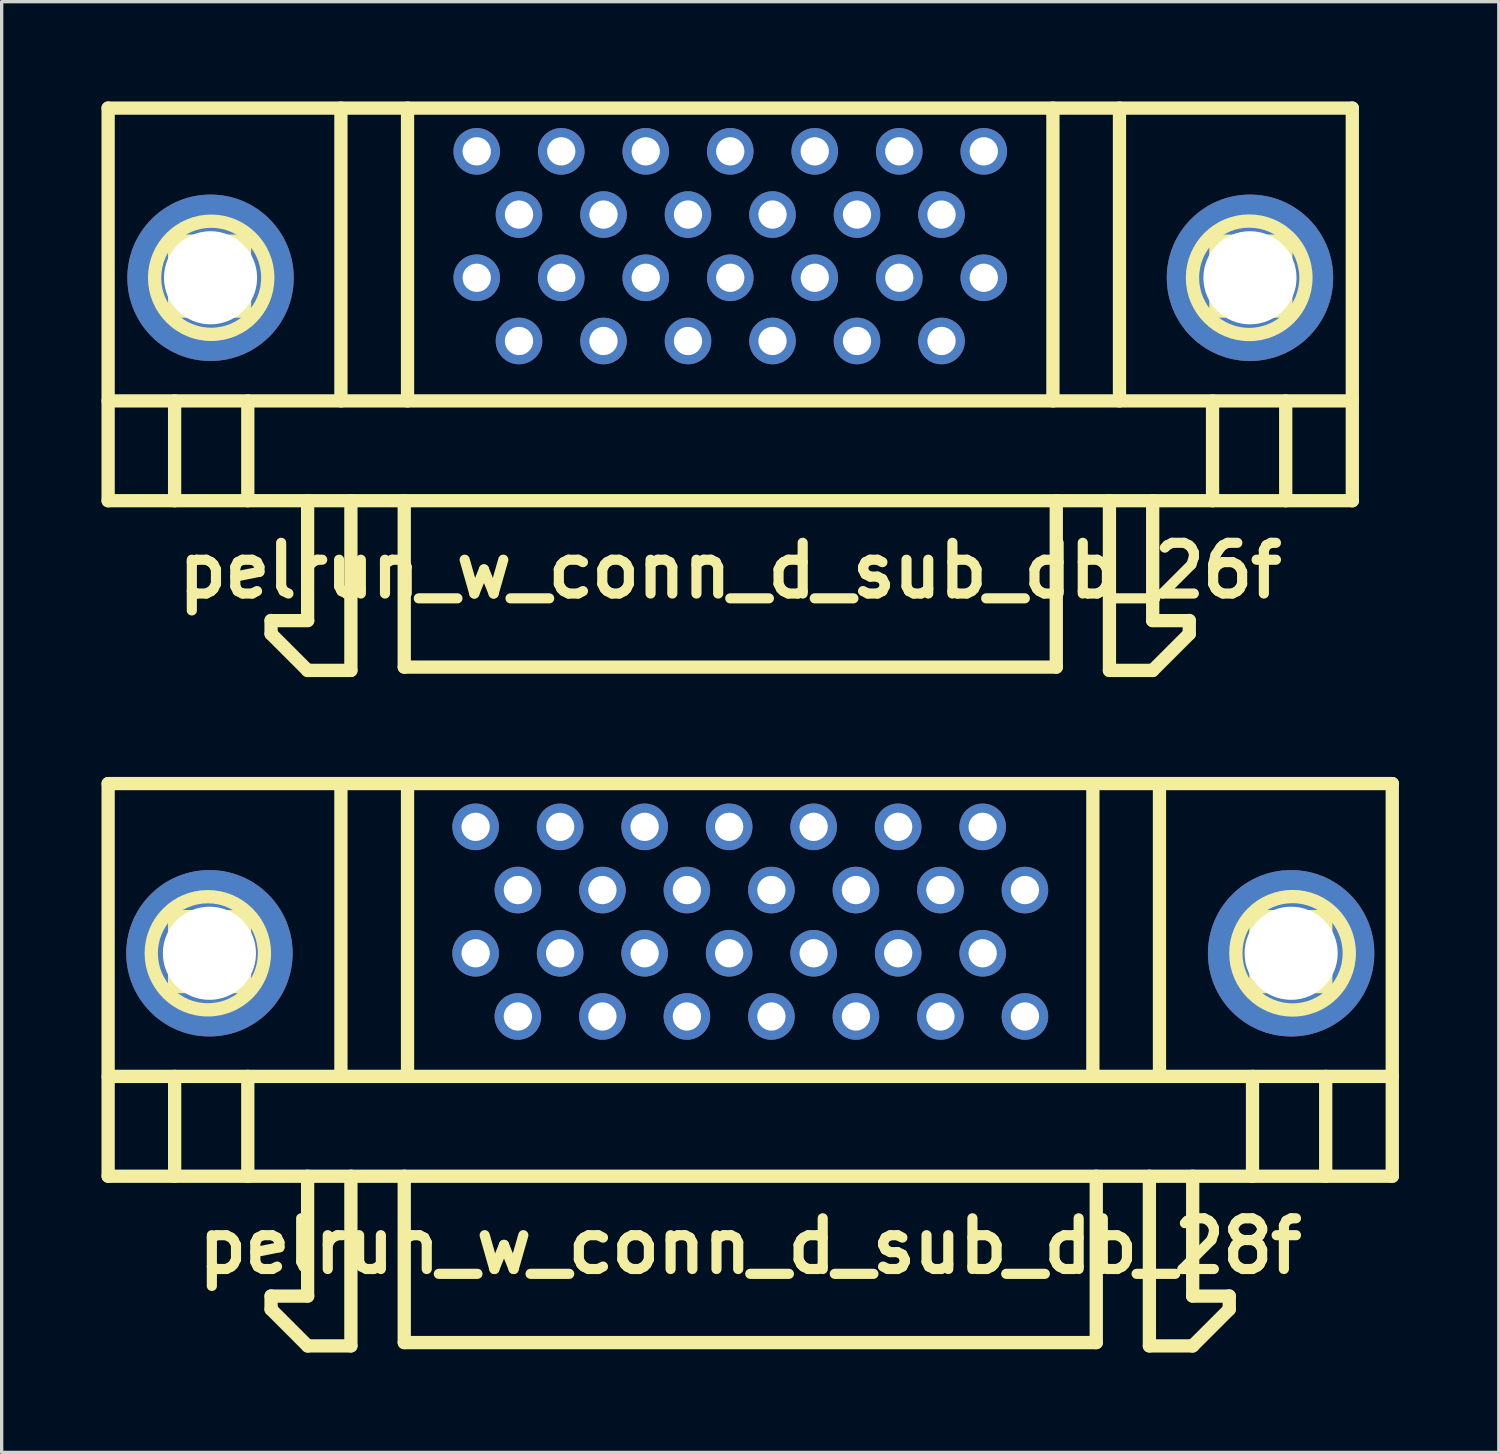
<source format=kicad_pcb>
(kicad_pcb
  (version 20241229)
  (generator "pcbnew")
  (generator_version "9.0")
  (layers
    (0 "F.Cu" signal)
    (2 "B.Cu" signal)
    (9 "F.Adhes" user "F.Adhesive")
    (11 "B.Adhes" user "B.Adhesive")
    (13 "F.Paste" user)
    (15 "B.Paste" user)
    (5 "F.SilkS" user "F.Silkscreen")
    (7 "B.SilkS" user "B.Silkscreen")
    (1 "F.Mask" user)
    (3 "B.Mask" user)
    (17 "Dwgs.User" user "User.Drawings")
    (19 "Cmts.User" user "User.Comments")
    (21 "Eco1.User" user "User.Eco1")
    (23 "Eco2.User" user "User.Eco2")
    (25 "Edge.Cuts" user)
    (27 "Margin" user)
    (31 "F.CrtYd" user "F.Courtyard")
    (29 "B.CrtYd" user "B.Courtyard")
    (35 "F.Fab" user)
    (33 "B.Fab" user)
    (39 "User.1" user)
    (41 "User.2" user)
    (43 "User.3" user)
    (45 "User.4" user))
  (footprint "pelrun_w_conn_d_sub_db_26f"
    (layer "F.Cu")
    (at 18.899 10.9)
    (property "Reference" "pelrun_w_conn_d_sub_db_26f" (at 0 3.2 0) (layer "F.SilkS") (effects (font (size 1.524 1.524) (thickness 0.305))))
    (attr through_hole)
    (fp_line (start -18.699 -10.701) (end -18.699 1.1) (stroke (width 0.399) (type solid)) (layer "F.SilkS"))
    (fp_line (start -18.699 -10.701) (end 18.699 -10.701) (stroke (width 0.399) (type solid)) (layer "F.SilkS"))
    (fp_line (start -18.699 1.1) (end 18.699 1.1) (stroke (width 0.399) (type solid)) (layer "F.SilkS"))
    (fp_line (start -16.701 -6.701) (end -14.6 -6.701) (stroke (width 0.399) (type solid)) (layer "F.SilkS"))
    (fp_line (start -16.701 -4.6) (end -16.701 -6.701) (stroke (width 0.399) (type solid)) (layer "F.SilkS"))
    (fp_line (start -16.701 -1.9) (end -16.701 1.1) (stroke (width 0.399) (type solid)) (layer "F.SilkS"))
    (fp_line (start -14.6 -6.701) (end -14.6 -4.6) (stroke (width 0.399) (type solid)) (layer "F.SilkS"))
    (fp_line (start -14.6 -4.6) (end -16.701 -4.6) (stroke (width 0.399) (type solid)) (layer "F.SilkS"))
    (fp_line (start -14.501 1.1) (end -14.501 -1.9) (stroke (width 0.399) (type solid)) (layer "F.SilkS"))
    (fp_line (start -13.802 4.699) (end -13.802 5.1) (stroke (width 0.399) (type solid)) (layer "F.SilkS"))
    (fp_line (start -13.8 4.704) (end -12.7 4.704) (stroke (width 0.399) (type solid)) (layer "F.SilkS"))
    (fp_line (start -12.703 4.699) (end -12.703 1.1) (stroke (width 0.399) (type solid)) (layer "F.SilkS"))
    (fp_line (start -12.703 6.2) (end -11.402 6.2) (stroke (width 0.399) (type solid)) (layer "F.SilkS"))
    (fp_line (start -12.7 6.203) (end -13.8 5.103) (stroke (width 0.399) (type solid)) (layer "F.SilkS"))
    (fp_line (start -11.702 -1.9) (end -11.702 -10.701) (stroke (width 0.399) (type solid)) (layer "F.SilkS"))
    (fp_line (start -11.402 6.2) (end -11.402 1.1) (stroke (width 0.399) (type solid)) (layer "F.SilkS"))
    (fp_line (start -9.799 6.101) (end -9.799 1.1) (stroke (width 0.399) (type solid)) (layer "F.SilkS"))
    (fp_line (start -9.799 6.101) (end 9.799 6.101) (stroke (width 0.399) (type solid)) (layer "F.SilkS"))
    (fp_line (start -9.7 -10.701) (end -9.7 -1.9) (stroke (width 0.399) (type solid)) (layer "F.SilkS"))
    (fp_line (start 9.698 -10.701) (end 9.698 -1.9) (stroke (width 0.399) (type solid)) (layer "F.SilkS"))
    (fp_line (start 9.799 6.101) (end 9.799 1.1) (stroke (width 0.399) (type solid)) (layer "F.SilkS"))
    (fp_line (start 11.397 6.2) (end 11.397 1.1) (stroke (width 0.399) (type solid)) (layer "F.SilkS"))
    (fp_line (start 11.699 -1.9) (end 11.699 -10.701) (stroke (width 0.399) (type solid)) (layer "F.SilkS"))
    (fp_line (start 12.695 6.203) (end 13.795 5.103) (stroke (width 0.399) (type solid)) (layer "F.SilkS"))
    (fp_line (start 12.697 4.699) (end 12.697 1.1) (stroke (width 0.399) (type solid)) (layer "F.SilkS"))
    (fp_line (start 12.697 6.2) (end 11.397 6.2) (stroke (width 0.399) (type solid)) (layer "F.SilkS"))
    (fp_line (start 13.795 4.704) (end 12.695 4.704) (stroke (width 0.399) (type solid)) (layer "F.SilkS"))
    (fp_line (start 13.797 4.699) (end 13.797 5.1) (stroke (width 0.399) (type solid)) (layer "F.SilkS"))
    (fp_line (start 14.496 -1.9) (end 14.496 1.1) (stroke (width 0.399) (type solid)) (layer "F.SilkS"))
    (fp_line (start 14.597 -6.701) (end 14.597 -4.6) (stroke (width 0.399) (type solid)) (layer "F.SilkS"))
    (fp_line (start 14.597 -4.6) (end 16.698 -4.6) (stroke (width 0.399) (type solid)) (layer "F.SilkS"))
    (fp_line (start 16.695 -1.9) (end 16.695 1.1) (stroke (width 0.399) (type solid)) (layer "F.SilkS"))
    (fp_line (start 16.698 -6.701) (end 14.597 -6.701) (stroke (width 0.399) (type solid)) (layer "F.SilkS"))
    (fp_line (start 16.698 -4.6) (end 16.698 -6.701) (stroke (width 0.399) (type solid)) (layer "F.SilkS"))
    (fp_line (start 18.697 1.1) (end 18.697 -10.701) (stroke (width 0.399) (type solid)) (layer "F.SilkS"))
    (fp_line (start 18.699 -1.9) (end -18.699 -1.9) (stroke (width 0.399) (type solid)) (layer "F.SilkS"))
    (fp_circle (center -15.601 -5.601) (end -17.102 -6.401) (stroke (width 0.399) (type solid)) (fill no) (layer "F.SilkS"))
    (fp_circle (center 15.598 -5.601) (end 17.3 -5.499) (stroke (width 0.399) (type solid)) (fill no) (layer "F.SilkS"))
    (pad "" thru_hole circle (at -15.621 -5.601) (size 5.001 5.001) (drill 2.799) (layers "*.Cu" "*.Mask"))
    (pad "" thru_hole circle (at 15.621 -5.601) (size 5.001 5.001) (drill 2.799) (layers "*.Cu" "*.Mask"))
    (pad "1" thru_hole circle (at 7.62 -9.401) (size 1.4 1.4) (drill 0.851) (layers "*.Cu" "*.Mask"))
    (pad "2" thru_hole circle (at 6.35 -7.501) (size 1.4 1.4) (drill 0.851) (layers "*.Cu" "*.Mask"))
    (pad "3" thru_hole circle (at 5.08 -9.401) (size 1.4 1.4) (drill 0.851) (layers "*.Cu" "*.Mask"))
    (pad "4" thru_hole circle (at 3.81 -7.501) (size 1.4 1.4) (drill 0.851) (layers "*.Cu" "*.Mask"))
    (pad "5" thru_hole circle (at 2.54 -9.401) (size 1.4 1.4) (drill 0.851) (layers "*.Cu" "*.Mask"))
    (pad "6" thru_hole circle (at 1.27 -7.501) (size 1.4 1.4) (drill 0.851) (layers "*.Cu" "*.Mask"))
    (pad "7" thru_hole circle (at 0 -9.401) (size 1.4 1.4) (drill 0.851) (layers "*.Cu" "*.Mask"))
    (pad "8" thru_hole circle (at -1.27 -7.501) (size 1.4 1.4) (drill 0.851) (layers "*.Cu" "*.Mask"))
    (pad "9" thru_hole circle (at -2.54 -9.401) (size 1.4 1.4) (drill 0.851) (layers "*.Cu" "*.Mask"))
    (pad "10" thru_hole circle (at -3.81 -7.501) (size 1.4 1.4) (drill 0.851) (layers "*.Cu" "*.Mask"))
    (pad "11" thru_hole circle (at -5.08 -9.401) (size 1.4 1.4) (drill 0.851) (layers "*.Cu" "*.Mask"))
    (pad "12" thru_hole circle (at -6.35 -7.501) (size 1.4 1.4) (drill 0.851) (layers "*.Cu" "*.Mask"))
    (pad "13" thru_hole circle (at -7.62 -9.401) (size 1.4 1.4) (drill 0.851) (layers "*.Cu" "*.Mask"))
    (pad "14" thru_hole circle (at 7.62 -5.601) (size 1.4 1.4) (drill 0.851) (layers "*.Cu" "*.Mask"))
    (pad "15" thru_hole circle (at 6.35 -3.701) (size 1.4 1.4) (drill 0.851) (layers "*.Cu" "*.Mask"))
    (pad "16" thru_hole circle (at 5.08 -5.601) (size 1.4 1.4) (drill 0.851) (layers "*.Cu" "*.Mask"))
    (pad "17" thru_hole circle (at 3.81 -3.701) (size 1.4 1.4) (drill 0.851) (layers "*.Cu" "*.Mask"))
    (pad "18" thru_hole circle (at 2.54 -5.601) (size 1.4 1.4) (drill 0.851) (layers "*.Cu" "*.Mask"))
    (pad "19" thru_hole circle (at 1.27 -3.701) (size 1.4 1.4) (drill 0.851) (layers "*.Cu" "*.Mask"))
    (pad "20" thru_hole circle (at 0 -5.601) (size 1.4 1.4) (drill 0.851) (layers "*.Cu" "*.Mask"))
    (pad "21" thru_hole circle (at -1.27 -3.701) (size 1.4 1.4) (drill 0.851) (layers "*.Cu" "*.Mask"))
    (pad "22" thru_hole circle (at -2.54 -5.601) (size 1.4 1.4) (drill 0.851) (layers "*.Cu" "*.Mask"))
    (pad "23" thru_hole circle (at -3.81 -3.701) (size 1.4 1.4) (drill 0.851) (layers "*.Cu" "*.Mask"))
    (pad "24" thru_hole circle (at -5.08 -5.601) (size 1.4 1.4) (drill 0.851) (layers "*.Cu" "*.Mask"))
    (pad "25" thru_hole circle (at -6.35 -3.701) (size 1.4 1.4) (drill 0.851) (layers "*.Cu" "*.Mask"))
    (pad "26" thru_hole circle (at -7.62 -5.601) (size 1.4 1.4) (drill 0.851) (layers "*.Cu" "*.Mask")))
  (footprint "pelrun_w_conn_d_sub_db_28f"
    (layer "F.Cu")
    (at 19.501 31.203)
    (property "Reference" "pelrun_w_conn_d_sub_db_28f" (at 0 3.2 0) (layer "F.SilkS") (effects (font (size 1.524 1.524) (thickness 0.305))))
    (attr through_hole)
    (fp_line (start -19.301 -10.701) (end -19.301 1.1) (stroke (width 0.399) (type solid)) (layer "F.SilkS"))
    (fp_line (start -19.299 -1.9) (end 19.299 -1.9) (stroke (width 0.399) (type solid)) (layer "F.SilkS"))
    (fp_line (start -19.299 1.1) (end 19.299 1.1) (stroke (width 0.399) (type solid)) (layer "F.SilkS"))
    (fp_line (start -17.302 -6.701) (end -15.202 -6.701) (stroke (width 0.399) (type solid)) (layer "F.SilkS"))
    (fp_line (start -17.302 -4.6) (end -17.302 -6.701) (stroke (width 0.399) (type solid)) (layer "F.SilkS"))
    (fp_line (start -17.302 -1.9) (end -17.302 1.1) (stroke (width 0.399) (type solid)) (layer "F.SilkS"))
    (fp_line (start -15.202 -6.701) (end -15.202 -4.6) (stroke (width 0.399) (type solid)) (layer "F.SilkS"))
    (fp_line (start -15.202 -4.6) (end -17.302 -4.6) (stroke (width 0.399) (type solid)) (layer "F.SilkS"))
    (fp_line (start -15.103 1.1) (end -15.103 -1.9) (stroke (width 0.399) (type solid)) (layer "F.SilkS"))
    (fp_line (start -14.404 4.699) (end -14.404 5.1) (stroke (width 0.399) (type solid)) (layer "F.SilkS"))
    (fp_line (start -14.402 4.704) (end -13.302 4.704) (stroke (width 0.399) (type solid)) (layer "F.SilkS"))
    (fp_line (start -13.305 4.699) (end -13.305 1.1) (stroke (width 0.399) (type solid)) (layer "F.SilkS"))
    (fp_line (start -13.305 6.2) (end -12.004 6.2) (stroke (width 0.399) (type solid)) (layer "F.SilkS"))
    (fp_line (start -13.302 6.203) (end -14.402 5.103) (stroke (width 0.399) (type solid)) (layer "F.SilkS"))
    (fp_line (start -12.304 -1.9) (end -12.304 -10.701) (stroke (width 0.399) (type solid)) (layer "F.SilkS"))
    (fp_line (start -12.004 6.2) (end -12.004 1.1) (stroke (width 0.399) (type solid)) (layer "F.SilkS"))
    (fp_line (start -10.401 6.101) (end -10.401 1.1) (stroke (width 0.399) (type solid)) (layer "F.SilkS"))
    (fp_line (start -10.302 -10.701) (end -10.302 -1.9) (stroke (width 0.399) (type solid)) (layer "F.SilkS"))
    (fp_line (start 10.297 -10.701) (end 10.297 -1.9) (stroke (width 0.399) (type solid)) (layer "F.SilkS"))
    (fp_line (start 10.399 6.101) (end -10.399 6.101) (stroke (width 0.399) (type solid)) (layer "F.SilkS"))
    (fp_line (start 10.399 6.101) (end 10.399 1.1) (stroke (width 0.399) (type solid)) (layer "F.SilkS"))
    (fp_line (start 11.996 6.2) (end 11.996 1.1) (stroke (width 0.399) (type solid)) (layer "F.SilkS"))
    (fp_line (start 12.299 -1.9) (end 12.299 -10.701) (stroke (width 0.399) (type solid)) (layer "F.SilkS"))
    (fp_line (start 13.294 6.203) (end 14.394 5.103) (stroke (width 0.399) (type solid)) (layer "F.SilkS"))
    (fp_line (start 13.297 4.699) (end 13.297 1.1) (stroke (width 0.399) (type solid)) (layer "F.SilkS"))
    (fp_line (start 13.297 6.2) (end 11.996 6.2) (stroke (width 0.399) (type solid)) (layer "F.SilkS"))
    (fp_line (start 14.394 4.704) (end 13.294 4.704) (stroke (width 0.399) (type solid)) (layer "F.SilkS"))
    (fp_line (start 14.397 4.699) (end 14.397 5.1) (stroke (width 0.399) (type solid)) (layer "F.SilkS"))
    (fp_line (start 15.095 -1.9) (end 15.095 1.1) (stroke (width 0.399) (type solid)) (layer "F.SilkS"))
    (fp_line (start 15.197 -6.701) (end 15.197 -4.6) (stroke (width 0.399) (type solid)) (layer "F.SilkS"))
    (fp_line (start 15.197 -4.6) (end 17.297 -4.6) (stroke (width 0.399) (type solid)) (layer "F.SilkS"))
    (fp_line (start 17.295 -1.9) (end 17.295 1.1) (stroke (width 0.399) (type solid)) (layer "F.SilkS"))
    (fp_line (start 17.297 -6.701) (end 15.197 -6.701) (stroke (width 0.399) (type solid)) (layer "F.SilkS"))
    (fp_line (start 17.297 -4.6) (end 17.297 -6.701) (stroke (width 0.399) (type solid)) (layer "F.SilkS"))
    (fp_line (start 19.296 1.1) (end 19.296 -10.701) (stroke (width 0.399) (type solid)) (layer "F.SilkS"))
    (fp_line (start 19.299 -10.701) (end -19.299 -10.701) (stroke (width 0.399) (type solid)) (layer "F.SilkS"))
    (fp_circle (center -16.304 -5.601) (end -17.805 -6.401) (stroke (width 0.399) (type solid)) (fill no) (layer "F.SilkS"))
    (fp_circle (center 16.299 -5.601) (end 18.001 -5.499) (stroke (width 0.399) (type solid)) (fill no) (layer "F.SilkS"))
    (pad "" thru_hole circle (at -16.256 -5.601) (size 5.001 5.001) (drill 2.799) (layers "*.Cu" "*.Mask"))
    (pad "" thru_hole circle (at 16.256 -5.601) (size 5.001 5.001) (drill 2.799) (layers "*.Cu" "*.Mask"))
    (pad "1" thru_hole circle (at 8.255 -7.501) (size 1.4 1.4) (drill 0.851) (layers "*.Cu" "*.Mask"))
    (pad "2" thru_hole circle (at 6.985 -9.401) (size 1.4 1.4) (drill 0.851) (layers "*.Cu" "*.Mask"))
    (pad "3" thru_hole circle (at 5.715 -7.501) (size 1.4 1.4) (drill 0.851) (layers "*.Cu" "*.Mask"))
    (pad "4" thru_hole circle (at 4.445 -9.401) (size 1.4 1.4) (drill 0.851) (layers "*.Cu" "*.Mask"))
    (pad "5" thru_hole circle (at 3.175 -7.501) (size 1.4 1.4) (drill 0.851) (layers "*.Cu" "*.Mask"))
    (pad "6" thru_hole circle (at 1.905 -9.401) (size 1.4 1.4) (drill 0.851) (layers "*.Cu" "*.Mask"))
    (pad "7" thru_hole circle (at 0.635 -7.501) (size 1.4 1.4) (drill 0.851) (layers "*.Cu" "*.Mask"))
    (pad "8" thru_hole circle (at -0.635 -9.401) (size 1.4 1.4) (drill 0.851) (layers "*.Cu" "*.Mask"))
    (pad "9" thru_hole circle (at -1.905 -7.501) (size 1.4 1.4) (drill 0.851) (layers "*.Cu" "*.Mask"))
    (pad "10" thru_hole circle (at -3.175 -9.401) (size 1.4 1.4) (drill 0.851) (layers "*.Cu" "*.Mask"))
    (pad "11" thru_hole circle (at -4.445 -7.501) (size 1.4 1.4) (drill 0.851) (layers "*.Cu" "*.Mask"))
    (pad "12" thru_hole circle (at -5.715 -9.401) (size 1.4 1.4) (drill 0.851) (layers "*.Cu" "*.Mask"))
    (pad "13" thru_hole circle (at -6.985 -7.501) (size 1.4 1.4) (drill 0.851) (layers "*.Cu" "*.Mask"))
    (pad "14" thru_hole circle (at -8.255 -9.401) (size 1.4 1.4) (drill 0.851) (layers "*.Cu" "*.Mask"))
    (pad "15" thru_hole circle (at 8.255 -3.701) (size 1.4 1.4) (drill 0.851) (layers "*.Cu" "*.Mask"))
    (pad "16" thru_hole circle (at 6.985 -5.601) (size 1.4 1.4) (drill 0.851) (layers "*.Cu" "*.Mask"))
    (pad "17" thru_hole circle (at 5.715 -3.701) (size 1.4 1.4) (drill 0.851) (layers "*.Cu" "*.Mask"))
    (pad "18" thru_hole circle (at 4.445 -5.601) (size 1.4 1.4) (drill 0.851) (layers "*.Cu" "*.Mask"))
    (pad "19" thru_hole circle (at 3.175 -3.701) (size 1.4 1.4) (drill 0.851) (layers "*.Cu" "*.Mask"))
    (pad "20" thru_hole circle (at 1.905 -5.601) (size 1.4 1.4) (drill 0.851) (layers "*.Cu" "*.Mask"))
    (pad "21" thru_hole circle (at 0.635 -3.701) (size 1.4 1.4) (drill 0.851) (layers "*.Cu" "*.Mask"))
    (pad "22" thru_hole circle (at -0.635 -5.601) (size 1.4 1.4) (drill 0.851) (layers "*.Cu" "*.Mask"))
    (pad "23" thru_hole circle (at -1.905 -3.701) (size 1.4 1.4) (drill 0.851) (layers "*.Cu" "*.Mask"))
    (pad "24" thru_hole circle (at -3.175 -5.601) (size 1.4 1.4) (drill 0.851) (layers "*.Cu" "*.Mask"))
    (pad "25" thru_hole circle (at -4.445 -3.701) (size 1.4 1.4) (drill 0.851) (layers "*.Cu" "*.Mask"))
    (pad "26" thru_hole circle (at -5.715 -5.601) (size 1.4 1.4) (drill 0.851) (layers "*.Cu" "*.Mask"))
    (pad "27" thru_hole circle (at -6.985 -3.701) (size 1.4 1.4) (drill 0.851) (layers "*.Cu" "*.Mask"))
    (pad "28" thru_hole circle (at -8.255 -5.601) (size 1.4 1.4) (drill 0.851) (layers "*.Cu" "*.Mask")))
  (gr_rect
    (start -3 -3)
    (end 41.999 40.605)
    (stroke (width 0.1) (type default))
    (fill no)
    (layer "Edge.Cuts")))
</source>
